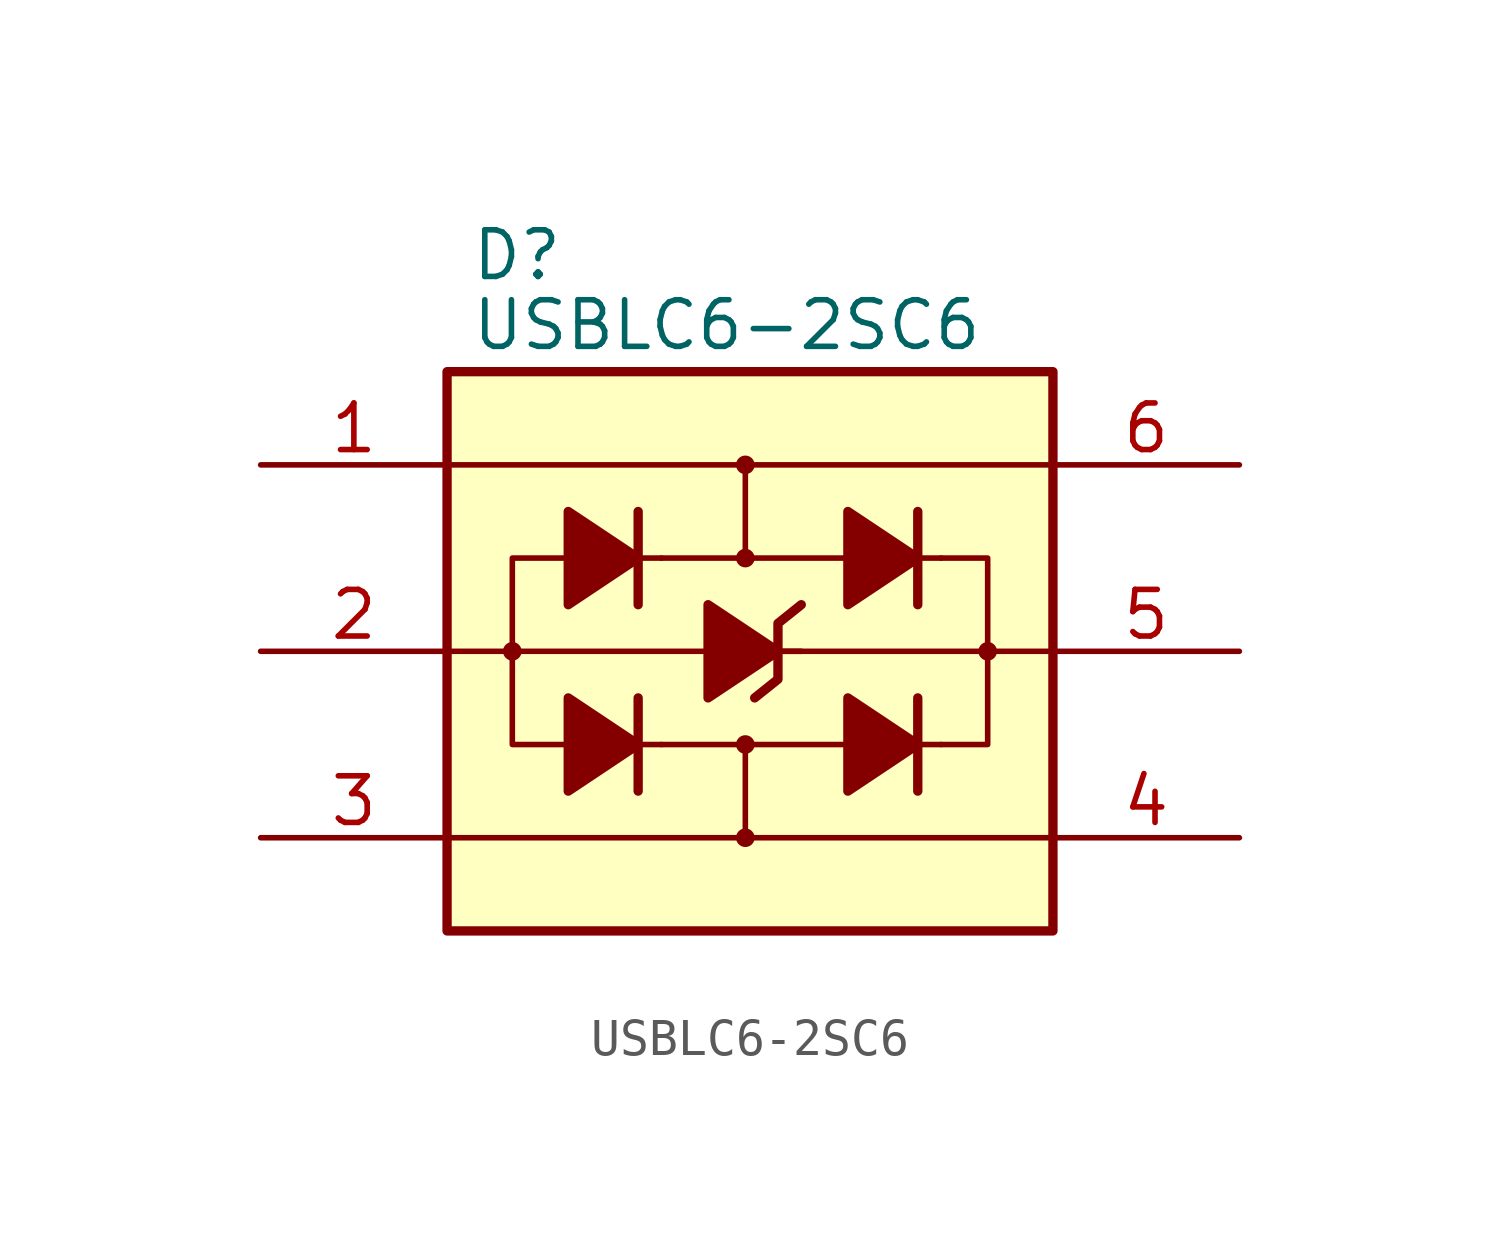
<source format=kicad_sym>
(kicad_symbol_lib
  (version 20211014)
  (generator kicad_symbol_editor)
  (symbol "USBLC6-2SC6"
    (pin_names
      (offset 1.016) hide)
    (property "Reference" "D"
      (at 1.905 3.175 0)
      (effects (font (size 1.27 1.27))))
    (property "Value" "USBLC6-2SC6"
      (at 7.62 1.27 0)
      (effects (font (size 1.27 1.27))))
    (symbol "USBLC6-2SC6_0_1"
      (polyline (pts (xy 0 -7.62) (xy 7.112 -7.62)) (stroke (width 0) (type default) (color 0 0 0 0)) (fill (type none)))
      (polyline (pts (xy 3.429 -9.144) (xy 3.429 -11.176)) (stroke (width 0.254) (type default) (color 0 0 0 0)) (fill (type none)))
      (polyline (pts (xy 3.429 -4.064) (xy 3.429 -6.096)) (stroke (width 0.254) (type default) (color 0 0 0 0)) (fill (type none)))
      (polyline (pts (xy 3.556 -9.144) (xy 3.556 -11.049)) (stroke (width 0.254) (type default) (color 0 0 0 0)) (fill (type none)))
      (polyline (pts (xy 3.556 -4.064) (xy 3.556 -5.969)) (stroke (width 0.254) (type default) (color 0 0 0 0)) (fill (type none)))
      (polyline (pts (xy 3.81 -9.398) (xy 3.81 -10.922)) (stroke (width 0.254) (type default) (color 0 0 0 0)) (fill (type none)))
      (polyline (pts (xy 3.81 -4.318) (xy 3.81 -5.842)) (stroke (width 0.254) (type default) (color 0 0 0 0)) (fill (type none)))
      (polyline (pts (xy 3.937 -9.525) (xy 3.937 -10.795)) (stroke (width 0.254) (type default) (color 0 0 0 0)) (fill (type none)))
      (polyline (pts (xy 3.937 -4.445) (xy 3.937 -5.715)) (stroke (width 0.254) (type default) (color 0 0 0 0)) (fill (type none)))
      (polyline (pts (xy 4.064 -9.525) (xy 4.064 -10.668)) (stroke (width 0.254) (type default) (color 0 0 0 0)) (fill (type none)))
      (polyline (pts (xy 4.064 -4.445) (xy 4.064 -5.588)) (stroke (width 0.254) (type default) (color 0 0 0 0)) (fill (type none)))
      (polyline (pts (xy 4.191 -9.652) (xy 4.191 -10.668)) (stroke (width 0.254) (type default) (color 0 0 0 0)) (fill (type none)))
      (polyline (pts (xy 4.191 -4.572) (xy 4.191 -5.588)) (stroke (width 0.254) (type default) (color 0 0 0 0)) (fill (type none)))
      (polyline (pts (xy 4.318 -9.652) (xy 4.318 -10.541)) (stroke (width 0.254) (type default) (color 0 0 0 0)) (fill (type none)))
      (polyline (pts (xy 4.318 -4.572) (xy 4.318 -5.461)) (stroke (width 0.254) (type default) (color 0 0 0 0)) (fill (type none)))
      (polyline (pts (xy 4.445 -9.779) (xy 4.445 -10.414)) (stroke (width 0.254) (type default) (color 0 0 0 0)) (fill (type none)))
      (polyline (pts (xy 4.445 -4.699) (xy 4.445 -5.334)) (stroke (width 0.254) (type default) (color 0 0 0 0)) (fill (type none)))
      (polyline (pts (xy 4.572 -9.906) (xy 4.572 -10.414)) (stroke (width 0.254) (type default) (color 0 0 0 0)) (fill (type none)))
      (polyline (pts (xy 4.572 -4.826) (xy 4.572 -5.334)) (stroke (width 0.254) (type default) (color 0 0 0 0)) (fill (type none)))
      (polyline (pts (xy 4.699 -9.906) (xy 4.699 -10.287)) (stroke (width 0.254) (type default) (color 0 0 0 0)) (fill (type none)))
      (polyline (pts (xy 4.699 -4.826) (xy 4.699 -5.207)) (stroke (width 0.254) (type default) (color 0 0 0 0)) (fill (type none)))
      (polyline (pts (xy 4.826 -10.16) (xy 4.953 -10.16)) (stroke (width 0.254) (type default) (color 0 0 0 0)) (fill (type none)))
      (polyline (pts (xy 4.826 -10.033) (xy 4.826 -10.287)) (stroke (width 0.254) (type default) (color 0 0 0 0)) (fill (type none)))
      (polyline (pts (xy 4.826 -5.08) (xy 4.953 -5.08)) (stroke (width 0.254) (type default) (color 0 0 0 0)) (fill (type none)))
      (polyline (pts (xy 4.826 -4.953) (xy 4.826 -5.207)) (stroke (width 0.254) (type default) (color 0 0 0 0)) (fill (type none)))
      (polyline (pts (xy 5.207 -11.43) (xy 5.207 -8.89)) (stroke (width 0.254) (type default) (color 0 0 0 0)) (fill (type none)))
      (polyline (pts (xy 5.207 -10.16) (xy 5.842 -10.16)) (stroke (width 0) (type default) (color 0 0 0 0)) (fill (type none)))
      (polyline (pts (xy 5.207 -6.35) (xy 5.207 -3.81)) (stroke (width 0.254) (type default) (color 0 0 0 0)) (fill (type none)))
      (polyline (pts (xy 5.207 -5.08) (xy 5.842 -5.08)) (stroke (width 0) (type default) (color 0 0 0 0)) (fill (type none)))
      (polyline (pts (xy 5.842 -10.16) (xy 10.922 -10.16)) (stroke (width 0) (type default) (color 0 0 0 0)) (fill (type none)))
      (polyline (pts (xy 7.239 -6.604) (xy 7.239 -8.636)) (stroke (width 0.254) (type default) (color 0 0 0 0)) (fill (type none)))
      (polyline (pts (xy 7.366 -6.604) (xy 7.366 -8.509)) (stroke (width 0.254) (type default) (color 0 0 0 0)) (fill (type none)))
      (polyline (pts (xy 7.62 -6.858) (xy 7.62 -8.382)) (stroke (width 0.254) (type default) (color 0 0 0 0)) (fill (type none)))
      (polyline (pts (xy 7.747 -6.985) (xy 7.747 -8.255)) (stroke (width 0.254) (type default) (color 0 0 0 0)) (fill (type none)))
      (polyline (pts (xy 7.874 -6.985) (xy 7.874 -8.128)) (stroke (width 0.254) (type default) (color 0 0 0 0)) (fill (type none)))
      (polyline (pts (xy 8.001 -7.112) (xy 8.001 -8.128)) (stroke (width 0.254) (type default) (color 0 0 0 0)) (fill (type none)))
      (polyline (pts (xy 8.128 -10.16) (xy 8.128 -12.7)) (stroke (width 0) (type default) (color 0 0 0 0)) (fill (type none)))
      (polyline (pts (xy 8.128 -7.112) (xy 8.128 -8.001)) (stroke (width 0.254) (type default) (color 0 0 0 0)) (fill (type none)))
      (polyline (pts (xy 8.128 -5.08) (xy 8.128 -2.54)) (stroke (width 0) (type default) (color 0 0 0 0)) (fill (type none)))
      (polyline (pts (xy 8.255 -7.239) (xy 8.255 -7.874)) (stroke (width 0.254) (type default) (color 0 0 0 0)) (fill (type none)))
      (polyline (pts (xy 8.382 -7.366) (xy 8.382 -7.874)) (stroke (width 0.254) (type default) (color 0 0 0 0)) (fill (type none)))
      (polyline (pts (xy 8.509 -7.366) (xy 8.509 -7.747)) (stroke (width 0.254) (type default) (color 0 0 0 0)) (fill (type none)))
      (polyline (pts (xy 8.636 -7.62) (xy 8.763 -7.62)) (stroke (width 0.254) (type default) (color 0 0 0 0)) (fill (type none)))
      (polyline (pts (xy 8.636 -7.493) (xy 8.636 -7.747)) (stroke (width 0.254) (type default) (color 0 0 0 0)) (fill (type none)))
      (polyline (pts (xy 9.017 -7.62) (xy 9.652 -7.62)) (stroke (width 0) (type default) (color 0 0 0 0)) (fill (type none)))
      (polyline (pts (xy 10.922 -5.08) (xy 5.842 -5.08)) (stroke (width 0) (type default) (color 0 0 0 0)) (fill (type none)))
      (polyline (pts (xy 11.049 -9.144) (xy 11.049 -11.176)) (stroke (width 0.254) (type default) (color 0 0 0 0)) (fill (type none)))
      (polyline (pts (xy 11.049 -4.064) (xy 11.049 -6.096)) (stroke (width 0.254) (type default) (color 0 0 0 0)) (fill (type none)))
      (polyline (pts (xy 11.176 -9.144) (xy 11.176 -11.049)) (stroke (width 0.254) (type default) (color 0 0 0 0)) (fill (type none)))
      (polyline (pts (xy 11.176 -4.064) (xy 11.176 -5.969)) (stroke (width 0.254) (type default) (color 0 0 0 0)) (fill (type none)))
      (polyline (pts (xy 11.43 -9.398) (xy 11.43 -10.922)) (stroke (width 0.254) (type default) (color 0 0 0 0)) (fill (type none)))
      (polyline (pts (xy 11.43 -4.318) (xy 11.43 -5.842)) (stroke (width 0.254) (type default) (color 0 0 0 0)) (fill (type none)))
      (polyline (pts (xy 11.557 -9.525) (xy 11.557 -10.795)) (stroke (width 0.254) (type default) (color 0 0 0 0)) (fill (type none)))
      (polyline (pts (xy 11.557 -4.445) (xy 11.557 -5.715)) (stroke (width 0.254) (type default) (color 0 0 0 0)) (fill (type none)))
      (polyline (pts (xy 11.684 -9.525) (xy 11.684 -10.668)) (stroke (width 0.254) (type default) (color 0 0 0 0)) (fill (type none)))
      (polyline (pts (xy 11.684 -4.445) (xy 11.684 -5.588)) (stroke (width 0.254) (type default) (color 0 0 0 0)) (fill (type none)))
      (polyline (pts (xy 11.811 -9.652) (xy 11.811 -10.668)) (stroke (width 0.254) (type default) (color 0 0 0 0)) (fill (type none)))
      (polyline (pts (xy 11.811 -4.572) (xy 11.811 -5.588)) (stroke (width 0.254) (type default) (color 0 0 0 0)) (fill (type none)))
      (polyline (pts (xy 11.938 -9.652) (xy 11.938 -10.541)) (stroke (width 0.254) (type default) (color 0 0 0 0)) (fill (type none)))
      (polyline (pts (xy 11.938 -4.572) (xy 11.938 -5.461)) (stroke (width 0.254) (type default) (color 0 0 0 0)) (fill (type none)))
      (polyline (pts (xy 12.065 -9.779) (xy 12.065 -10.414)) (stroke (width 0.254) (type default) (color 0 0 0 0)) (fill (type none)))
      (polyline (pts (xy 12.065 -4.699) (xy 12.065 -5.334)) (stroke (width 0.254) (type default) (color 0 0 0 0)) (fill (type none)))
      (polyline (pts (xy 12.192 -9.906) (xy 12.192 -10.414)) (stroke (width 0.254) (type default) (color 0 0 0 0)) (fill (type none)))
      (polyline (pts (xy 12.192 -4.826) (xy 12.192 -5.334)) (stroke (width 0.254) (type default) (color 0 0 0 0)) (fill (type none)))
      (polyline (pts (xy 12.319 -9.906) (xy 12.319 -10.287)) (stroke (width 0.254) (type default) (color 0 0 0 0)) (fill (type none)))
      (polyline (pts (xy 12.319 -4.826) (xy 12.319 -5.207)) (stroke (width 0.254) (type default) (color 0 0 0 0)) (fill (type none)))
      (polyline (pts (xy 12.446 -10.16) (xy 12.573 -10.16)) (stroke (width 0.254) (type default) (color 0 0 0 0)) (fill (type none)))
      (polyline (pts (xy 12.446 -10.033) (xy 12.446 -10.287)) (stroke (width 0.254) (type default) (color 0 0 0 0)) (fill (type none)))
      (polyline (pts (xy 12.446 -5.08) (xy 12.573 -5.08)) (stroke (width 0.254) (type default) (color 0 0 0 0)) (fill (type none)))
      (polyline (pts (xy 12.446 -4.953) (xy 12.446 -5.207)) (stroke (width 0.254) (type default) (color 0 0 0 0)) (fill (type none)))
      (polyline (pts (xy 12.827 -11.43) (xy 12.827 -8.89)) (stroke (width 0.254) (type default) (color 0 0 0 0)) (fill (type none)))
      (polyline (pts (xy 12.827 -10.16) (xy 13.462 -10.16)) (stroke (width 0) (type default) (color 0 0 0 0)) (fill (type none)))
      (polyline (pts (xy 12.827 -6.35) (xy 12.827 -3.81)) (stroke (width 0.254) (type default) (color 0 0 0 0)) (fill (type none)))
      (polyline (pts (xy 12.827 -5.08) (xy 13.462 -5.08)) (stroke (width 0) (type default) (color 0 0 0 0)) (fill (type none)))
      (polyline (pts (xy 16.51 -12.7) (xy 0 -12.7)) (stroke (width 0) (type default) (color 0 0 0 0)) (fill (type none)))
      (polyline (pts (xy 16.51 -7.62) (xy 8.89 -7.62)) (stroke (width 0) (type default) (color 0 0 0 0)) (fill (type none)))
      (polyline (pts (xy 16.51 -2.54) (xy 0 -2.54)) (stroke (width 0) (type default) (color 0 0 0 0)) (fill (type none)))
      (polyline (pts (xy 3.683 -9.271) (xy 3.683 -10.922) (xy 3.683 -11.049)) (stroke (width 0.254) (type default) (color 0 0 0 0)) (fill (type none)))
      (polyline (pts (xy 3.683 -4.191) (xy 3.683 -5.842) (xy 3.683 -5.969)) (stroke (width 0.254) (type default) (color 0 0 0 0)) (fill (type none)))
      (polyline (pts (xy 7.493 -6.731) (xy 7.493 -8.382) (xy 7.493 -8.509)) (stroke (width 0.254) (type default) (color 0 0 0 0)) (fill (type none)))
      (polyline (pts (xy 9.017 -7.62) (xy 9.017 -8.382) (xy 8.382 -8.89)) (stroke (width 0.254) (type default) (color 0 0 0 0)) (fill (type none)))
      (polyline (pts (xy 9.017 -7.62) (xy 9.017 -6.858) (xy 9.652 -6.35)) (stroke (width 0.254) (type default) (color 0 0 0 0)) (fill (type none)))
      (polyline (pts (xy 11.303 -9.271) (xy 11.303 -10.922) (xy 11.303 -11.049)) (stroke (width 0.254) (type default) (color 0 0 0 0)) (fill (type none)))
      (polyline (pts (xy 11.303 -4.191) (xy 11.303 -5.842) (xy 11.303 -5.969)) (stroke (width 0.254) (type default) (color 0 0 0 0)) (fill (type none)))
      (polyline (pts (xy 3.302 -5.08) (xy 1.778 -5.08) (xy 1.778 -10.16) (xy 3.302 -10.16)) (stroke (width 0) (type default) (color 0 0 0 0)) (fill (type none)))
      (polyline (pts (xy 5.207 -10.16) (xy 3.302 -11.43) (xy 3.302 -8.89) (xy 5.207 -10.16)) (stroke (width 0.254) (type default) (color 0 0 0 0)) (fill (type none)))
      (polyline (pts (xy 5.207 -5.08) (xy 3.302 -6.35) (xy 3.302 -3.81) (xy 5.207 -5.08)) (stroke (width 0.254) (type default) (color 0 0 0 0)) (fill (type none)))
      (polyline (pts (xy 9.017 -7.62) (xy 7.112 -8.89) (xy 7.112 -6.35) (xy 9.017 -7.62)) (stroke (width 0.254) (type default) (color 0 0 0 0)) (fill (type none)))
      (polyline (pts (xy 12.827 -10.16) (xy 10.922 -11.43) (xy 10.922 -8.89) (xy 12.827 -10.16)) (stroke (width 0.254) (type default) (color 0 0 0 0)) (fill (type none)))
      (polyline (pts (xy 12.827 -5.08) (xy 10.922 -6.35) (xy 10.922 -3.81) (xy 12.827 -5.08)) (stroke (width 0.254) (type default) (color 0 0 0 0)) (fill (type none)))
      (polyline (pts (xy 13.462 -5.08) (xy 14.732 -5.08) (xy 14.732 -10.16) (xy 13.462 -10.16)) (stroke (width 0) (type default) (color 0 0 0 0)) (fill (type none)))
      (rectangle (start 0 0) (end 16.51 -15.24) (stroke (width 0.254) (type default) (color 0 0 0 0)) (fill (type background)))
      (circle (center 1.778 -7.62) (radius 0.127) (stroke (width 0.254) (type default) (color 0 0 0 0)) (fill (type none)))
      (circle (center 8.128 -12.7) (radius 0.127) (stroke (width 0.254) (type default) (color 0 0 0 0)) (fill (type none)))
      (circle (center 8.128 -10.16) (radius 0.127) (stroke (width 0.254) (type default) (color 0 0 0 0)) (fill (type none)))
      (circle (center 8.128 -5.08) (radius 0.127) (stroke (width 0.254) (type default) (color 0 0 0 0)) (fill (type none)))
      (circle (center 8.128 -2.54) (radius 0.127) (stroke (width 0.254) (type default) (color 0 0 0 0)) (fill (type none)))
      (circle (center 14.732 -7.62) (radius 0.127) (stroke (width 0.254) (type default) (color 0 0 0 0)) (fill (type none))))
    (symbol "USBLC6-2SC6_1_1"
      (pin bidirectional line (at -5.08 -2.54 0) (length 5.08) (name "1" (effects (font (size 1.27 1.27)))) (number "1" (effects (font (size 1.27 1.27)))))
      (pin power_in line (at -5.08 -7.62 0) (length 5.08) (name "GND" (effects (font (size 1.27 1.27)))) (number "2" (effects (font (size 1.27 1.27)))))
      (pin bidirectional line (at -5.08 -12.7 0) (length 5.08) (name "3" (effects (font (size 1.27 1.27)))) (number "3" (effects (font (size 1.27 1.27)))))
      (pin bidirectional line (at 21.59 -12.7 180) (length 5.08) (name "4" (effects (font (size 1.27 1.27)))) (number "4" (effects (font (size 1.27 1.27)))))
      (pin power_in line (at 21.59 -7.62 180) (length 5.08) (name "Vbus" (effects (font (size 1.27 1.27)))) (number "5" (effects (font (size 1.27 1.27)))))
      (pin bidirectional line (at 21.59 -2.54 180) (length 5.08) (name "6" (effects (font (size 1.27 1.27)))) (number "6" (effects (font (size 1.27 1.27))))))))
</source>
